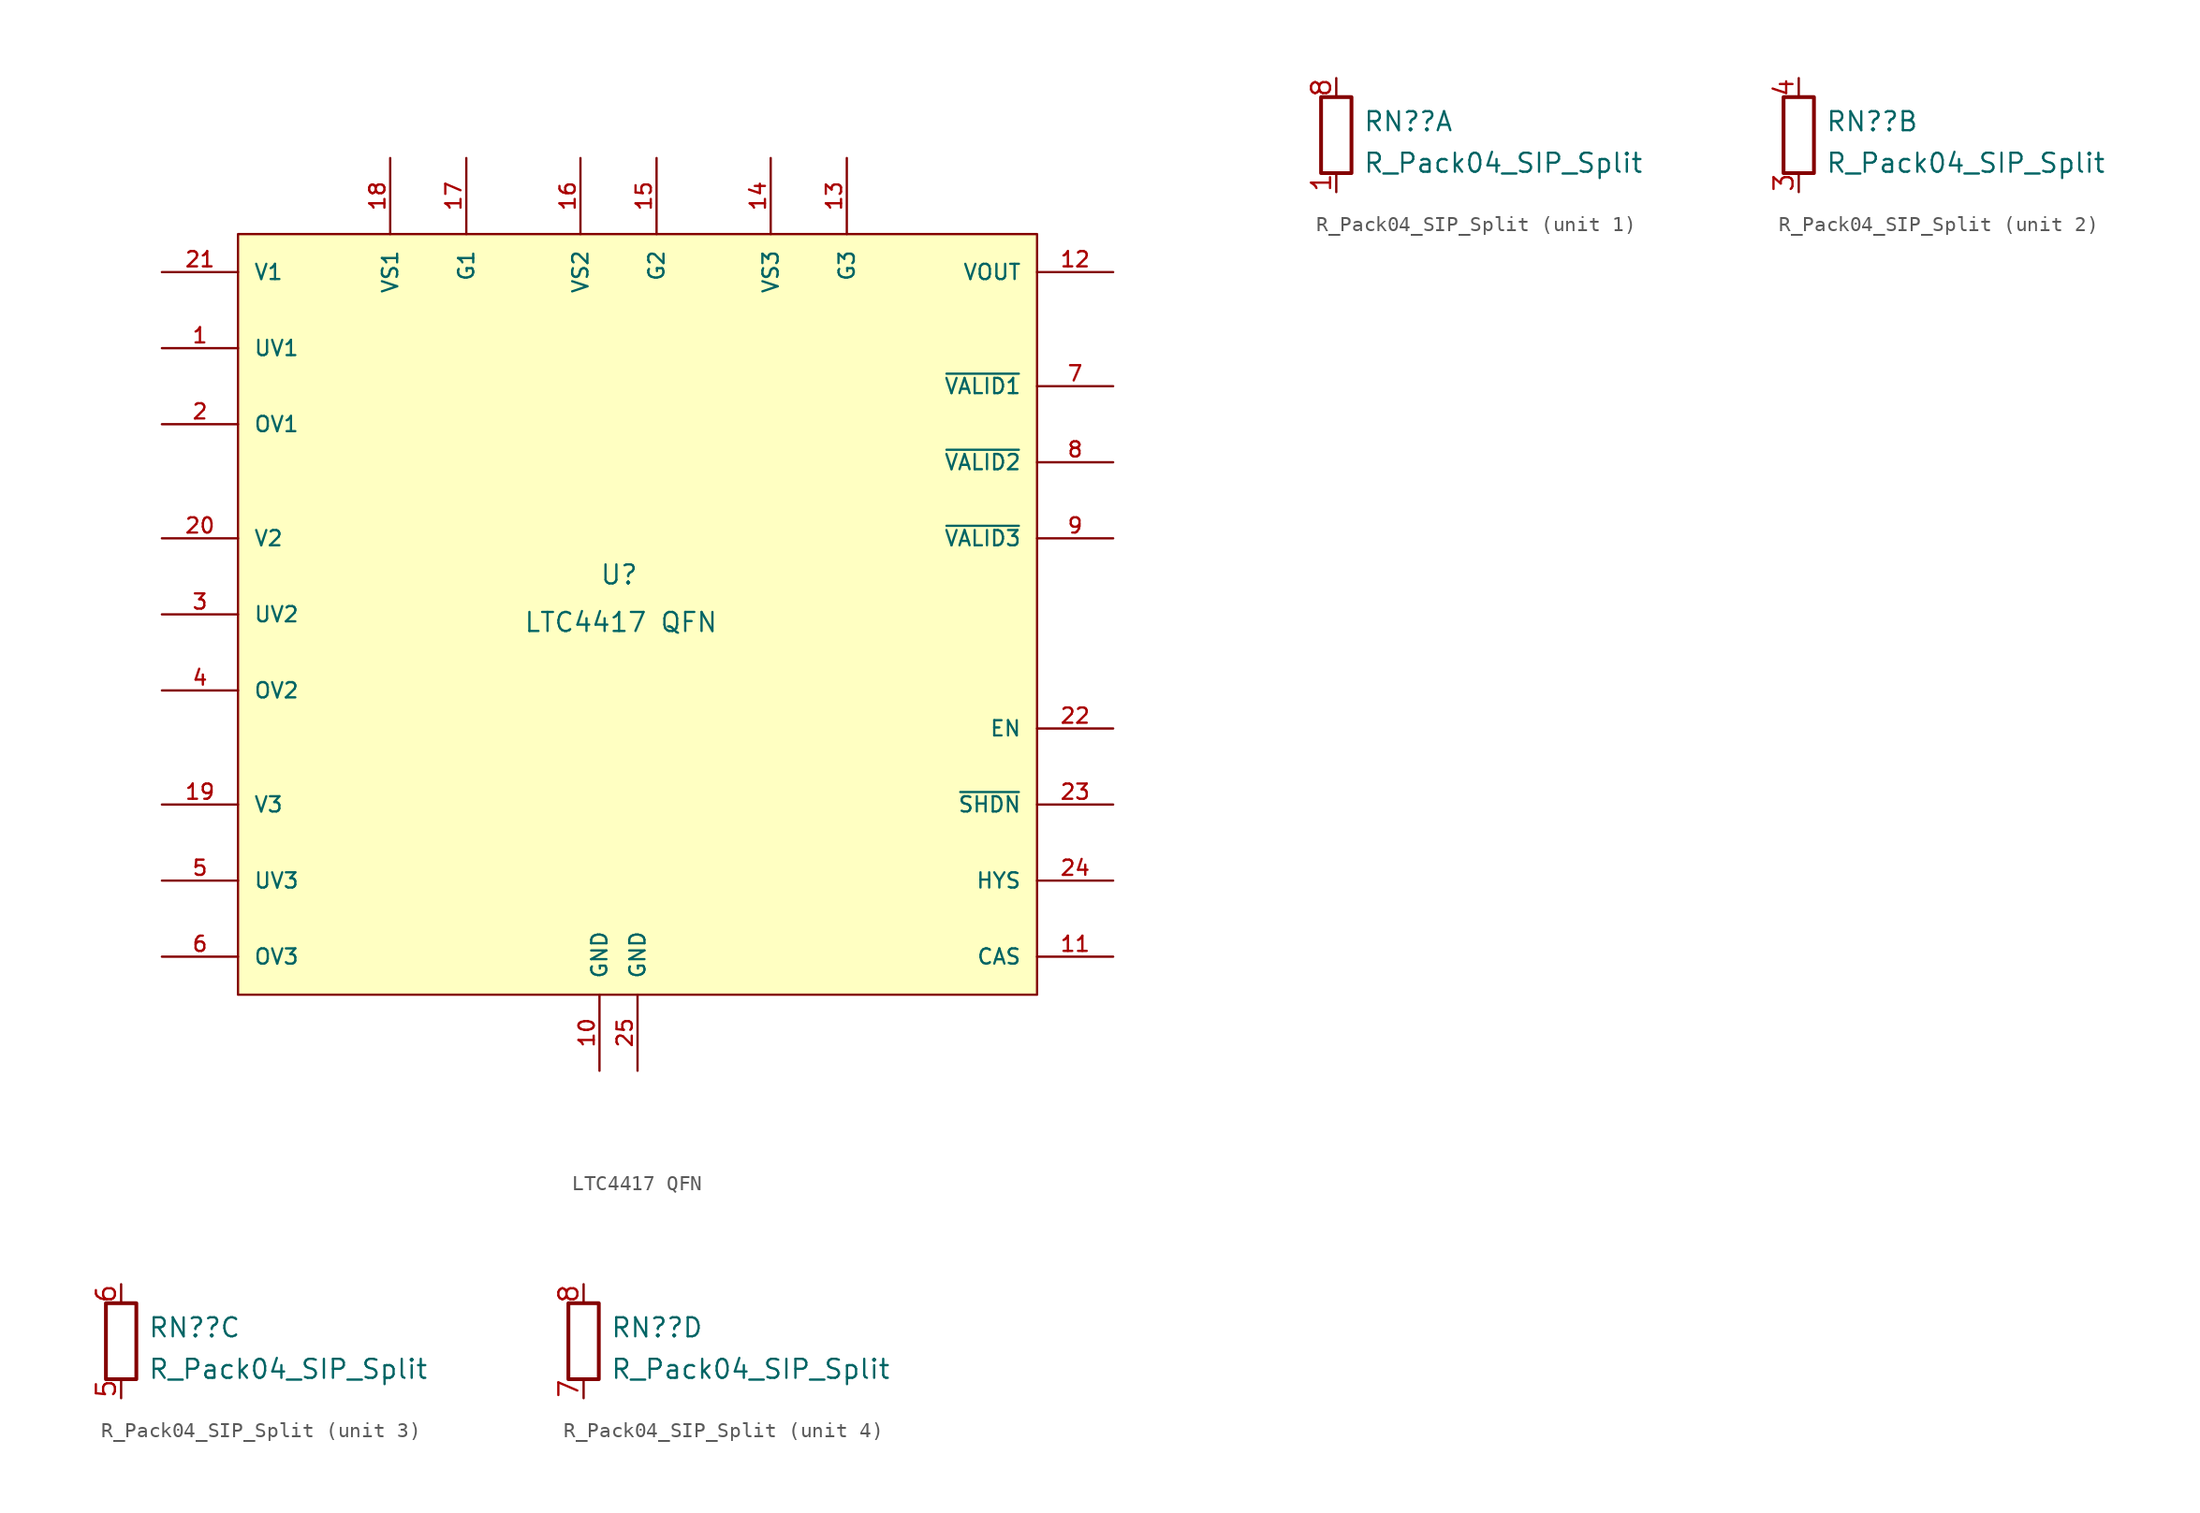
<source format=kicad_sym>
(kicad_symbol_lib
  (version 20211014)
  (generator kicad_symbol_editor)
  (symbol "LTC4417 QFN"
    (pin_names
      (offset 1.016))
    (property "Reference" "U"
      (at 24.13 -20.955 0)
      (effects (font (size 1.27 1.27)) (justify left bottom)))
    (property "Value" "LTC4417 QFN"
      (at 19.05 -24.13 0)
      (effects (font (size 1.27 1.27)) (justify left bottom)))
    (symbol "LTC4417 QFN_0_0"
      (pin input line (at -5.08 -5.08 0) (length 5.08) (name "UV1" (effects (font (size 1.016 1.016)))) (number "1" (effects (font (size 1.016 1.016)))))
      (pin power_in line (at 24.13 -53.34 90) (length 5.08) (name "GND" (effects (font (size 1.016 1.016)))) (number "10" (effects (font (size 1.016 1.016)))))
      (pin output line (at 58.42 -45.72 180) (length 5.08) (name "CAS" (effects (font (size 1.016 1.016)))) (number "11" (effects (font (size 1.016 1.016)))))
      (pin output line (at 58.42 0 180) (length 5.08) (name "VOUT" (effects (font (size 1.016 1.016)))) (number "12" (effects (font (size 1.016 1.016)))))
      (pin output line (at 40.64 7.62 270) (length 5.08) (name "G3" (effects (font (size 1.016 1.016)))) (number "13" (effects (font (size 1.016 1.016)))))
      (pin input line (at 35.56 7.62 270) (length 5.08) (name "VS3" (effects (font (size 1.016 1.016)))) (number "14" (effects (font (size 1.016 1.016)))))
      (pin output line (at 27.94 7.62 270) (length 5.08) (name "G2" (effects (font (size 1.016 1.016)))) (number "15" (effects (font (size 1.016 1.016)))))
      (pin input line (at 22.86 7.62 270) (length 5.08) (name "VS2" (effects (font (size 1.016 1.016)))) (number "16" (effects (font (size 1.016 1.016)))))
      (pin output line (at 15.24 7.62 270) (length 5.08) (name "G1" (effects (font (size 1.016 1.016)))) (number "17" (effects (font (size 1.016 1.016)))))
      (pin input line (at 10.16 7.62 270) (length 5.08) (name "VS1" (effects (font (size 1.016 1.016)))) (number "18" (effects (font (size 1.016 1.016)))))
      (pin power_in line (at -5.08 -35.56 0) (length 5.08) (name "V3" (effects (font (size 1.016 1.016)))) (number "19" (effects (font (size 1.016 1.016)))))
      (pin input line (at -5.08 -10.16 0) (length 5.08) (name "OV1" (effects (font (size 1.016 1.016)))) (number "2" (effects (font (size 1.016 1.016)))))
      (pin power_in line (at -5.08 -17.78 0) (length 5.08) (name "V2" (effects (font (size 1.016 1.016)))) (number "20" (effects (font (size 1.016 1.016)))))
      (pin power_in line (at -5.08 0 0) (length 5.08) (name "V1" (effects (font (size 1.016 1.016)))) (number "21" (effects (font (size 1.016 1.016)))))
      (pin input line (at 58.42 -30.48 180) (length 5.08) (name "EN" (effects (font (size 1.016 1.016)))) (number "22" (effects (font (size 1.016 1.016)))))
      (pin input line (at 58.42 -35.56 180) (length 5.08) (name "~{SHDN}" (effects (font (size 1.016 1.016)))) (number "23" (effects (font (size 1.016 1.016)))))
      (pin input line (at 58.42 -40.64 180) (length 5.08) (name "HYS" (effects (font (size 1.016 1.016)))) (number "24" (effects (font (size 1.016 1.016)))))
      (pin power_in line (at 26.67 -53.34 90) (length 5.08) (name "GND" (effects (font (size 1.016 1.016)))) (number "25" (effects (font (size 1.016 1.016)))))
      (pin input line (at -5.08 -22.86 0) (length 5.08) (name "UV2" (effects (font (size 1.016 1.016)))) (number "3" (effects (font (size 1.016 1.016)))))
      (pin input line (at -5.08 -27.94 0) (length 5.08) (name "OV2" (effects (font (size 1.016 1.016)))) (number "4" (effects (font (size 1.016 1.016)))))
      (pin input line (at -5.08 -40.64 0) (length 5.08) (name "UV3" (effects (font (size 1.016 1.016)))) (number "5" (effects (font (size 1.016 1.016)))))
      (pin input line (at -5.08 -45.72 0) (length 5.08) (name "OV3" (effects (font (size 1.016 1.016)))) (number "6" (effects (font (size 1.016 1.016)))))
      (pin output line (at 58.42 -7.62 180) (length 5.08) (name "~{VALID1}" (effects (font (size 1.016 1.016)))) (number "7" (effects (font (size 1.016 1.016)))))
      (pin output line (at 58.42 -12.7 180) (length 5.08) (name "~{VALID2}" (effects (font (size 1.016 1.016)))) (number "8" (effects (font (size 1.016 1.016)))))
      (pin output line (at 58.42 -17.78 180) (length 5.08) (name "~{VALID3}" (effects (font (size 1.016 1.016)))) (number "9" (effects (font (size 1.016 1.016))))))
    (symbol "LTC4417 QFN_0_1"
      (rectangle (start 0 2.54) (end 53.34 -48.26) (stroke (width 0.152) (type default) (color 0 0 0 0)) (fill (type background)))))
  (symbol "R_Pack04_SIP_Split"
    (pin_names
      (offset 0) hide)
    (property "Reference" "RN?"
      (at 1.778 0.908 0)
      (effects (font (size 1.27 1.27)) (justify left)))
    (property "Value" "R_Pack04_SIP_Split"
      (at 1.778 -1.867 0)
      (effects (font (size 1.27 1.27)) (justify left)))
    (symbol "R_Pack04_SIP_Split_0_1"
      (rectangle (start 1.016 2.54) (end -1.016 -2.54) (stroke (width 0.254) (type default) (color 0 0 0 0)) (fill (type none))))
    (symbol "R_Pack04_SIP_Split_1_1"
      (pin passive line (at 0 -3.81 90) (length 1.27) (name "R1.1" (effects (font (size 1.27 1.27)))) (number "1" (effects (font (size 1.27 1.27)))))
      (pin passive line (at 0 3.81 270) (length 1.27) (name "R1.2" (effects (font (size 1.27 1.27)))) (number "8" (effects (font (size 1.27 1.27))))))
    (symbol "R_Pack04_SIP_Split_2_1"
      (pin passive line (at 0 -3.81 90) (length 1.27) (name "R2.1" (effects (font (size 1.27 1.27)))) (number "3" (effects (font (size 1.27 1.27)))))
      (pin passive line (at 0 3.81 270) (length 1.27) (name "R2.2" (effects (font (size 1.27 1.27)))) (number "4" (effects (font (size 1.27 1.27))))))
    (symbol "R_Pack04_SIP_Split_3_1"
      (pin passive line (at 0 -3.81 90) (length 1.27) (name "R3.1" (effects (font (size 1.27 1.27)))) (number "5" (effects (font (size 1.27 1.27)))))
      (pin passive line (at 0 3.81 270) (length 1.27) (name "R3.2" (effects (font (size 1.27 1.27)))) (number "6" (effects (font (size 1.27 1.27))))))
    (symbol "R_Pack04_SIP_Split_4_1"
      (pin passive line (at 0 -3.81 90) (length 1.27) (name "R4.1" (effects (font (size 1.27 1.27)))) (number "7" (effects (font (size 1.27 1.27)))))
      (pin passive line (at 0 3.81 270) (length 1.27) (name "R4.2" (effects (font (size 1.27 1.27)))) (number "8" (effects (font (size 1.27 1.27))))))))
</source>
